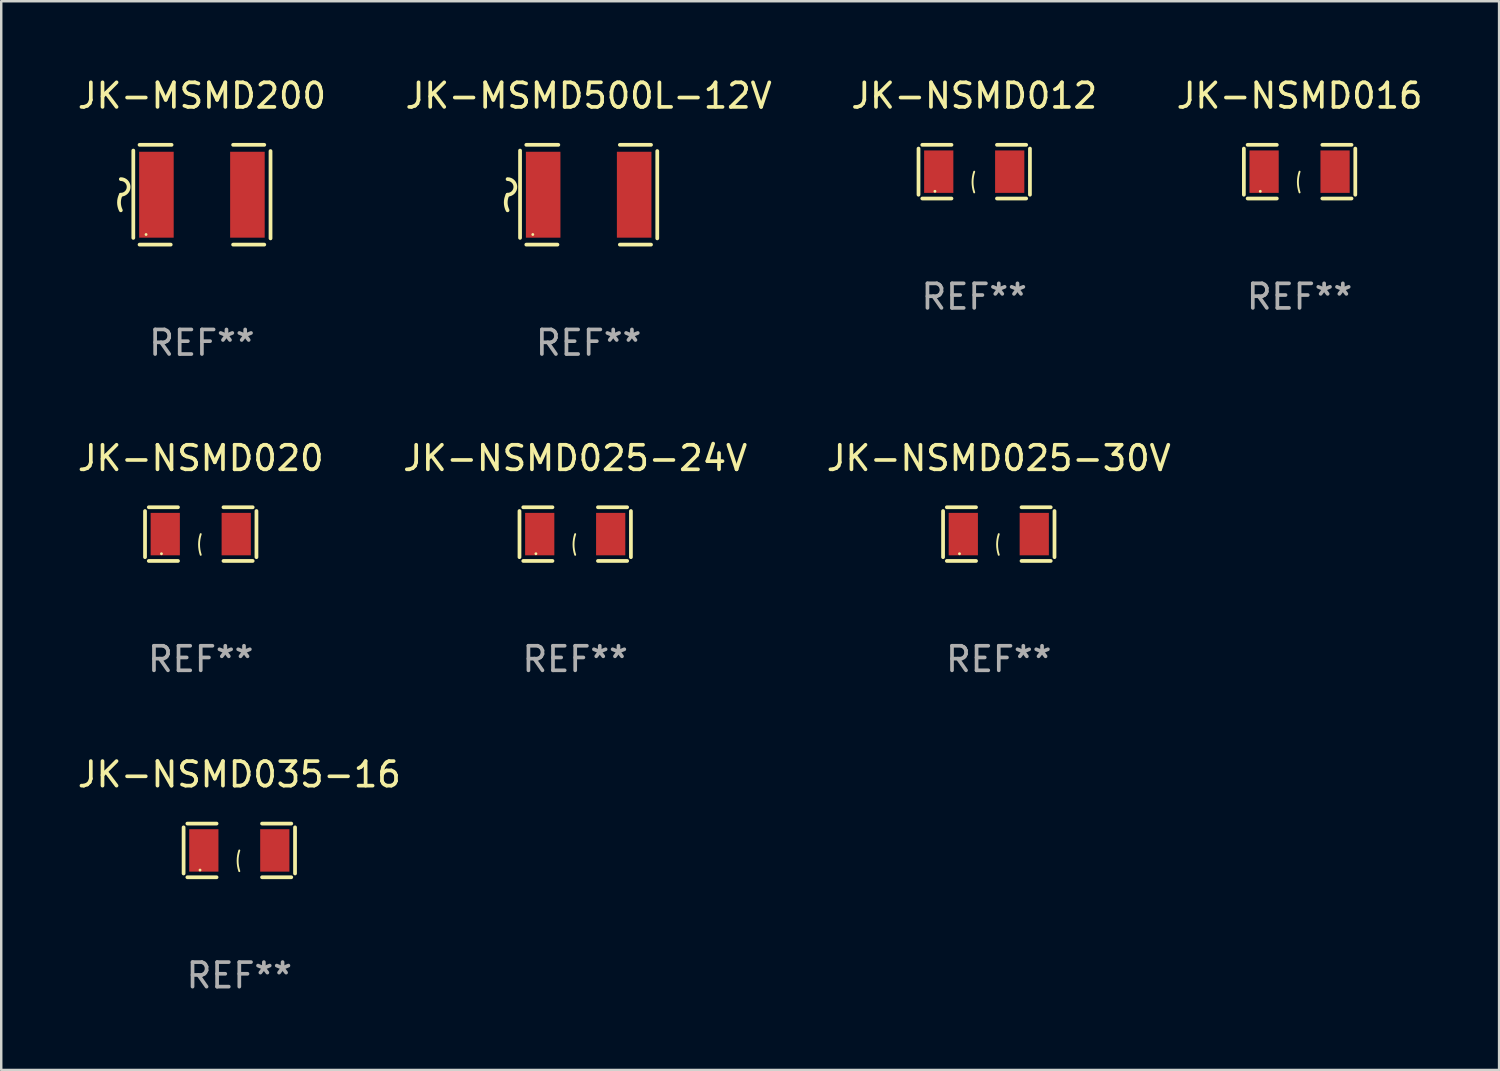
<source format=kicad_pcb>
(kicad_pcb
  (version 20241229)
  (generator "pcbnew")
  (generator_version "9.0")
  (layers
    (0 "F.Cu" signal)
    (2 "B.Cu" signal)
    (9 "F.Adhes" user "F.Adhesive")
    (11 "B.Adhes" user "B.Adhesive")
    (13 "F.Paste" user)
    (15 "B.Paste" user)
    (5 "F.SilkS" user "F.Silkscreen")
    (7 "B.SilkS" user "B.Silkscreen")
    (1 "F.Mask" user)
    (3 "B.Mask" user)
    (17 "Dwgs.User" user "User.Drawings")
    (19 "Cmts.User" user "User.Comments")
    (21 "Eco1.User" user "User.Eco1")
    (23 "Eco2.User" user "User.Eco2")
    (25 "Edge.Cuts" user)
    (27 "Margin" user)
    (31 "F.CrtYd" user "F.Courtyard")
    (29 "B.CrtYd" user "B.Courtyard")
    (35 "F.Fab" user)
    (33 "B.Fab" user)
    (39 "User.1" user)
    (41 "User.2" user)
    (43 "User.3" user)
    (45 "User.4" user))
  (footprint "JK-MSMD200"
    (layer "F.Cu")
    (at 5.173 4.88)
    (property "Reference" "JK-MSMD200" (at 0 -4.032 0) (layer "F.SilkS") (effects (font (size 1 1) (thickness 0.15))))
    (attr through_hole)
    (fp_line (start -2.794 -1.798) (end -2.794 1.758) (stroke (width 0.152) (type solid)) (layer "F.SilkS"))
    (fp_line (start -2.54 -2.032) (end -1.235 -2.032) (stroke (width 0.152) (type solid)) (layer "F.SilkS"))
    (fp_line (start -1.27 2.032) (end -2.54 2.032) (stroke (width 0.152) (type solid)) (layer "F.SilkS"))
    (fp_line (start 1.27 2.032) (end 2.54 2.032) (stroke (width 0.152) (type solid)) (layer "F.SilkS"))
    (fp_line (start 2.54 -2.032) (end 1.27 -2.032) (stroke (width 0.152) (type solid)) (layer "F.SilkS"))
    (fp_line (start 2.794 -1.778) (end 2.794 1.778) (stroke (width 0.152) (type solid)) (layer "F.SilkS"))
    (fp_arc (start -3.302007 -0.635002) (mid -2.984506 -0.317501) (end -3.302007 0) (stroke (width 0.151994) (type solid)) (layer "F.SilkS"))
    (fp_arc (start -3.302007 0.635002) (mid -3.376959 0.317501) (end -3.302007 0) (stroke (width 0.151994) (type solid)) (layer "F.SilkS"))
    (fp_circle (center -2.275 1.62) (end -2.245 1.62) (stroke (width 0.06) (type solid)) (fill no) (layer "F.SilkS"))
    (fp_text user "REF**" (at 0 6.032 0) (layer "F.Fab") (effects (font (size 1 1) (thickness 0.15))))
    (pad "1" smd rect (at -1.853 0) (size 1.407 3.499) (layers "F.Cu" "F.Mask" "F.Paste"))
    (pad "2" smd rect (at 1.853 0) (size 1.407 3.499) (layers "F.Cu" "F.Mask" "F.Paste")))
  (footprint "JK-NSMD035-16"
    (layer "F.Cu")
    (at 6.696 31.583)
    (property "Reference" "JK-NSMD035-16" (at 0 -3.093 0) (layer "F.SilkS") (effects (font (size 1 1) (thickness 0.15))))
    (attr through_hole)
    (fp_line (start -2.269 -0.94) (end -2.269 0.94) (stroke (width 0.152) (type solid)) (layer "F.SilkS"))
    (fp_line (start -2.116 1.093) (end -0.926 1.093) (stroke (width 0.152) (type solid)) (layer "F.SilkS"))
    (fp_line (start -0.926 -1.093) (end -2.116 -1.093) (stroke (width 0.152) (type solid)) (layer "F.SilkS"))
    (fp_line (start 0.926 -1.093) (end 2.116 -1.093) (stroke (width 0.152) (type solid)) (layer "F.SilkS"))
    (fp_line (start 2.116 1.093) (end 0.926 1.093) (stroke (width 0.152) (type solid)) (layer "F.SilkS"))
    (fp_line (start 2.269 -0.94) (end 2.269 0.94) (stroke (width 0.152) (type solid)) (layer "F.SilkS"))
    (fp_arc (start 0 0.844951) (mid -0.068559 0.422475) (end 0 0) (stroke (width 0.0762) (type solid)) (layer "F.SilkS"))
    (fp_circle (center -1.6 0.8) (end -1.57 0.8) (stroke (width 0.06) (type solid)) (fill no) (layer "F.SilkS"))
    (fp_text user "REF**" (at 0 5.093 0) (layer "F.Fab") (effects (font (size 1 1) (thickness 0.15))))
    (pad "1" smd rect (at -1.445 0) (size 1.19 1.728) (layers "F.Cu" "F.Mask" "F.Paste"))
    (pad "2" smd rect (at 1.445 0) (size 1.19 1.728) (layers "F.Cu" "F.Mask" "F.Paste")))
  (footprint "JK-NSMD012"
    (layer "F.Cu")
    (at 36.625 3.941)
    (property "Reference" "JK-NSMD012" (at 0 -3.093 0) (layer "F.SilkS") (effects (font (size 1 1) (thickness 0.15))))
    (attr through_hole)
    (fp_line (start -2.269 -0.94) (end -2.269 0.94) (stroke (width 0.152) (type solid)) (layer "F.SilkS"))
    (fp_line (start -2.116 1.093) (end -0.926 1.093) (stroke (width 0.152) (type solid)) (layer "F.SilkS"))
    (fp_line (start -0.926 -1.093) (end -2.116 -1.093) (stroke (width 0.152) (type solid)) (layer "F.SilkS"))
    (fp_line (start 0.926 -1.093) (end 2.116 -1.093) (stroke (width 0.152) (type solid)) (layer "F.SilkS"))
    (fp_line (start 2.116 1.093) (end 0.926 1.093) (stroke (width 0.152) (type solid)) (layer "F.SilkS"))
    (fp_line (start 2.269 -0.94) (end 2.269 0.94) (stroke (width 0.152) (type solid)) (layer "F.SilkS"))
    (fp_arc (start 0 0.844951) (mid -0.068559 0.422475) (end 0 0) (stroke (width 0.0762) (type solid)) (layer "F.SilkS"))
    (fp_circle (center -1.6 0.8) (end -1.57 0.8) (stroke (width 0.06) (type solid)) (fill no) (layer "F.SilkS"))
    (fp_text user "REF**" (at 0 5.093 0) (layer "F.Fab") (effects (font (size 1 1) (thickness 0.15))))
    (pad "1" smd rect (at -1.445 0) (size 1.19 1.728) (layers "F.Cu" "F.Mask" "F.Paste"))
    (pad "2" smd rect (at 1.445 0) (size 1.19 1.728) (layers "F.Cu" "F.Mask" "F.Paste")))
  (footprint "JK-MSMD500L-12V"
    (layer "F.Cu")
    (at 20.923 4.88)
    (property "Reference" "JK-MSMD500L-12V" (at 0 -4.032 0) (layer "F.SilkS") (effects (font (size 1 1) (thickness 0.15))))
    (attr through_hole)
    (fp_line (start -2.794 -1.798) (end -2.794 1.758) (stroke (width 0.152) (type solid)) (layer "F.SilkS"))
    (fp_line (start -2.54 -2.032) (end -1.235 -2.032) (stroke (width 0.152) (type solid)) (layer "F.SilkS"))
    (fp_line (start -1.27 2.032) (end -2.54 2.032) (stroke (width 0.152) (type solid)) (layer "F.SilkS"))
    (fp_line (start 1.27 2.032) (end 2.54 2.032) (stroke (width 0.152) (type solid)) (layer "F.SilkS"))
    (fp_line (start 2.54 -2.032) (end 1.27 -2.032) (stroke (width 0.152) (type solid)) (layer "F.SilkS"))
    (fp_line (start 2.794 -1.778) (end 2.794 1.778) (stroke (width 0.152) (type solid)) (layer "F.SilkS"))
    (fp_arc (start -3.302007 -0.635002) (mid -2.984506 -0.317501) (end -3.302007 0) (stroke (width 0.151994) (type solid)) (layer "F.SilkS"))
    (fp_arc (start -3.302007 0.635002) (mid -3.376959 0.317501) (end -3.302007 0) (stroke (width 0.151994) (type solid)) (layer "F.SilkS"))
    (fp_circle (center -2.275 1.62) (end -2.245 1.62) (stroke (width 0.06) (type solid)) (fill no) (layer "F.SilkS"))
    (fp_text user "REF**" (at 0 6.032 0) (layer "F.Fab") (effects (font (size 1 1) (thickness 0.15))))
    (pad "1" smd rect (at -1.853 0) (size 1.407 3.499) (layers "F.Cu" "F.Mask" "F.Paste"))
    (pad "2" smd rect (at 1.853 0) (size 1.407 3.499) (layers "F.Cu" "F.Mask" "F.Paste")))
  (footprint "JK-NSMD020"
    (layer "F.Cu")
    (at 5.125 18.701)
    (property "Reference" "JK-NSMD020" (at 0 -3.093 0) (layer "F.SilkS") (effects (font (size 1 1) (thickness 0.15))))
    (attr through_hole)
    (fp_line (start -2.269 -0.94) (end -2.269 0.94) (stroke (width 0.152) (type solid)) (layer "F.SilkS"))
    (fp_line (start -2.116 1.093) (end -0.926 1.093) (stroke (width 0.152) (type solid)) (layer "F.SilkS"))
    (fp_line (start -0.926 -1.093) (end -2.116 -1.093) (stroke (width 0.152) (type solid)) (layer "F.SilkS"))
    (fp_line (start 0.926 -1.093) (end 2.116 -1.093) (stroke (width 0.152) (type solid)) (layer "F.SilkS"))
    (fp_line (start 2.116 1.093) (end 0.926 1.093) (stroke (width 0.152) (type solid)) (layer "F.SilkS"))
    (fp_line (start 2.269 -0.94) (end 2.269 0.94) (stroke (width 0.152) (type solid)) (layer "F.SilkS"))
    (fp_arc (start 0 0.844951) (mid -0.068559 0.422475) (end 0 0) (stroke (width 0.0762) (type solid)) (layer "F.SilkS"))
    (fp_circle (center -1.6 0.8) (end -1.57 0.8) (stroke (width 0.06) (type solid)) (fill no) (layer "F.SilkS"))
    (fp_text user "REF**" (at 0 5.093 0) (layer "F.Fab") (effects (font (size 1 1) (thickness 0.15))))
    (pad "1" smd rect (at -1.445 0) (size 1.19 1.728) (layers "F.Cu" "F.Mask" "F.Paste"))
    (pad "2" smd rect (at 1.445 0) (size 1.19 1.728) (layers "F.Cu" "F.Mask" "F.Paste")))
  (footprint "JK-NSMD016"
    (layer "F.Cu")
    (at 49.875 3.941)
    (property "Reference" "JK-NSMD016" (at 0 -3.093 0) (layer "F.SilkS") (effects (font (size 1 1) (thickness 0.15))))
    (attr through_hole)
    (fp_line (start -2.269 -0.94) (end -2.269 0.94) (stroke (width 0.152) (type solid)) (layer "F.SilkS"))
    (fp_line (start -2.116 1.093) (end -0.926 1.093) (stroke (width 0.152) (type solid)) (layer "F.SilkS"))
    (fp_line (start -0.926 -1.093) (end -2.116 -1.093) (stroke (width 0.152) (type solid)) (layer "F.SilkS"))
    (fp_line (start 0.926 -1.093) (end 2.116 -1.093) (stroke (width 0.152) (type solid)) (layer "F.SilkS"))
    (fp_line (start 2.116 1.093) (end 0.926 1.093) (stroke (width 0.152) (type solid)) (layer "F.SilkS"))
    (fp_line (start 2.269 -0.94) (end 2.269 0.94) (stroke (width 0.152) (type solid)) (layer "F.SilkS"))
    (fp_arc (start 0 0.844951) (mid -0.068559 0.422475) (end 0 0) (stroke (width 0.0762) (type solid)) (layer "F.SilkS"))
    (fp_circle (center -1.6 0.8) (end -1.57 0.8) (stroke (width 0.06) (type solid)) (fill no) (layer "F.SilkS"))
    (fp_text user "REF**" (at 0 5.093 0) (layer "F.Fab") (effects (font (size 1 1) (thickness 0.15))))
    (pad "1" smd rect (at -1.445 0) (size 1.19 1.728) (layers "F.Cu" "F.Mask" "F.Paste"))
    (pad "2" smd rect (at 1.445 0) (size 1.19 1.728) (layers "F.Cu" "F.Mask" "F.Paste")))
  (footprint "JK-NSMD025-24V"
    (layer "F.Cu")
    (at 20.375 18.701)
    (property "Reference" "JK-NSMD025-24V" (at 0 -3.093 0) (layer "F.SilkS") (effects (font (size 1 1) (thickness 0.15))))
    (attr through_hole)
    (fp_line (start -2.269 -0.94) (end -2.269 0.94) (stroke (width 0.152) (type solid)) (layer "F.SilkS"))
    (fp_line (start -2.116 1.093) (end -0.926 1.093) (stroke (width 0.152) (type solid)) (layer "F.SilkS"))
    (fp_line (start -0.926 -1.093) (end -2.116 -1.093) (stroke (width 0.152) (type solid)) (layer "F.SilkS"))
    (fp_line (start 0.926 -1.093) (end 2.116 -1.093) (stroke (width 0.152) (type solid)) (layer "F.SilkS"))
    (fp_line (start 2.116 1.093) (end 0.926 1.093) (stroke (width 0.152) (type solid)) (layer "F.SilkS"))
    (fp_line (start 2.269 -0.94) (end 2.269 0.94) (stroke (width 0.152) (type solid)) (layer "F.SilkS"))
    (fp_arc (start 0 0.844951) (mid -0.068559 0.422475) (end 0 0) (stroke (width 0.0762) (type solid)) (layer "F.SilkS"))
    (fp_circle (center -1.6 0.8) (end -1.57 0.8) (stroke (width 0.06) (type solid)) (fill no) (layer "F.SilkS"))
    (fp_text user "REF**" (at 0 5.093 0) (layer "F.Fab") (effects (font (size 1 1) (thickness 0.15))))
    (pad "1" smd rect (at -1.445 0) (size 1.19 1.728) (layers "F.Cu" "F.Mask" "F.Paste"))
    (pad "2" smd rect (at 1.445 0) (size 1.19 1.728) (layers "F.Cu" "F.Mask" "F.Paste")))
  (footprint "JK-NSMD025-30V"
    (layer "F.Cu")
    (at 37.625 18.701)
    (property "Reference" "JK-NSMD025-30V" (at 0 -3.093 0) (layer "F.SilkS") (effects (font (size 1 1) (thickness 0.15))))
    (attr through_hole)
    (fp_line (start -2.269 -0.94) (end -2.269 0.94) (stroke (width 0.152) (type solid)) (layer "F.SilkS"))
    (fp_line (start -2.116 1.093) (end -0.926 1.093) (stroke (width 0.152) (type solid)) (layer "F.SilkS"))
    (fp_line (start -0.926 -1.093) (end -2.116 -1.093) (stroke (width 0.152) (type solid)) (layer "F.SilkS"))
    (fp_line (start 0.926 -1.093) (end 2.116 -1.093) (stroke (width 0.152) (type solid)) (layer "F.SilkS"))
    (fp_line (start 2.116 1.093) (end 0.926 1.093) (stroke (width 0.152) (type solid)) (layer "F.SilkS"))
    (fp_line (start 2.269 -0.94) (end 2.269 0.94) (stroke (width 0.152) (type solid)) (layer "F.SilkS"))
    (fp_arc (start 0 0.844951) (mid -0.068559 0.422475) (end 0 0) (stroke (width 0.0762) (type solid)) (layer "F.SilkS"))
    (fp_circle (center -1.6 0.8) (end -1.57 0.8) (stroke (width 0.06) (type solid)) (fill no) (layer "F.SilkS"))
    (fp_text user "REF**" (at 0 5.093 0) (layer "F.Fab") (effects (font (size 1 1) (thickness 0.15))))
    (pad "1" smd rect (at -1.445 0) (size 1.19 1.728) (layers "F.Cu" "F.Mask" "F.Paste"))
    (pad "2" smd rect (at 1.445 0) (size 1.19 1.728) (layers "F.Cu" "F.Mask" "F.Paste")))
  (gr_rect
    (start -3 -3)
    (end 58 40.524)
    (stroke (width 0.1) (type default))
    (fill no)
    (layer "Edge.Cuts")))
</source>
